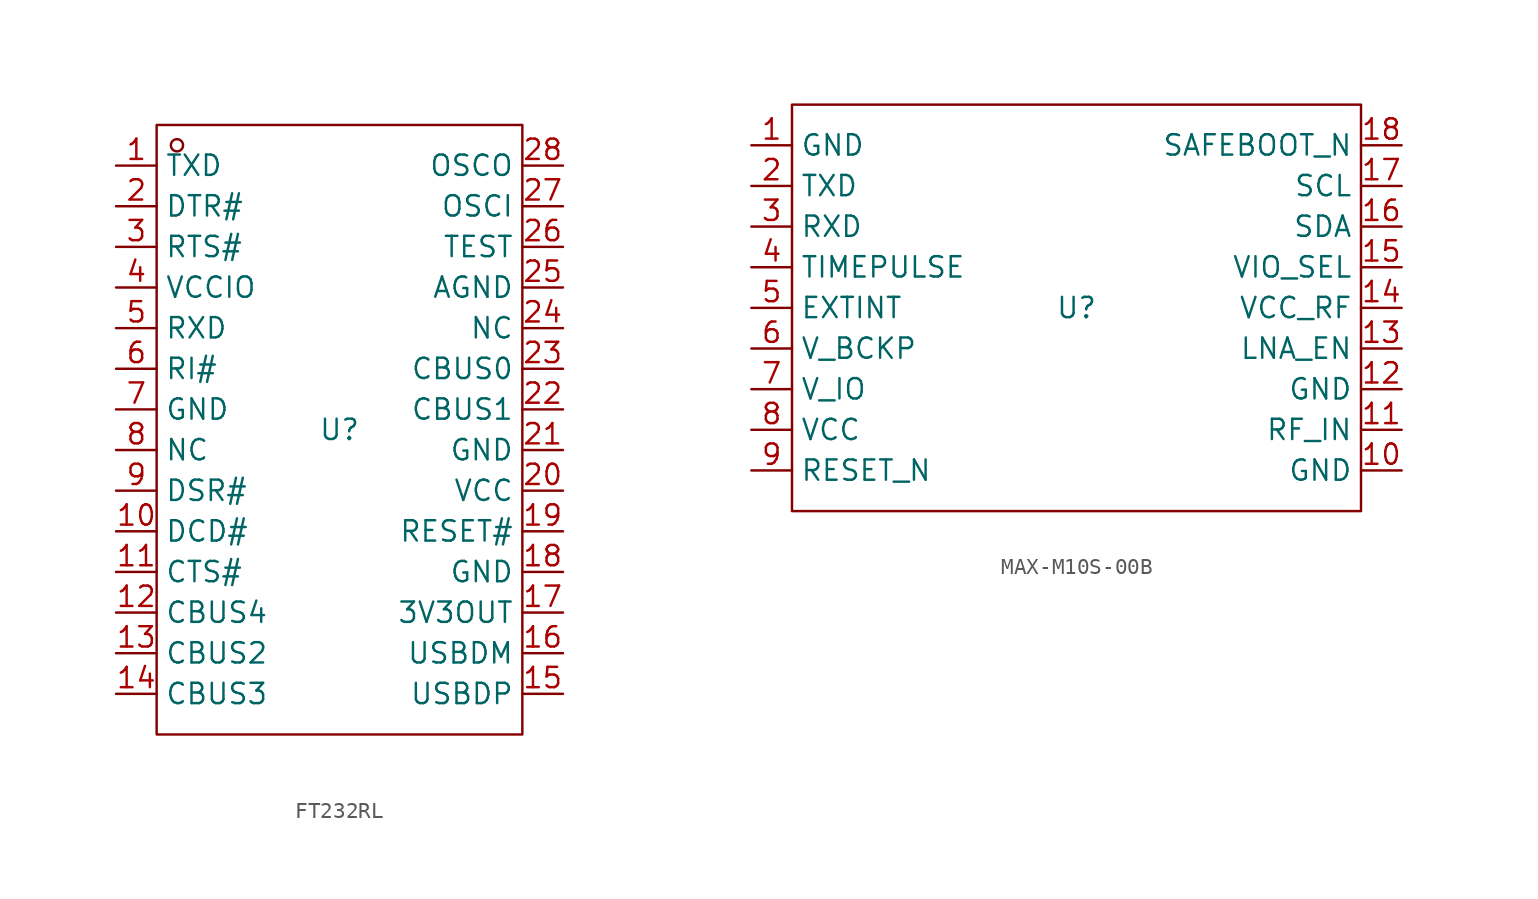
<source format=kicad_sym>
(kicad_symbol_lib
  (version 20241209)
  (generator "kicad_symbol_editor")
  (generator_version "9.0")
  (symbol "FT232RL"
    (property "Reference" "U"
      (at 0 0 0)
      (effects (font (size 1.27 1.27))))
    (property "Value" ""
      (at 0 0 0)
      (effects (font (size 1.27 1.27))))
    (symbol "FT232RL_1_0"
      (rectangle (start -11.43 -19.05) (end 11.43 19.05) (stroke (width 0) (type default)) (fill (type none)))
      (circle (center -10.16 17.78) (radius 0.381) (stroke (width 0) (type default)) (fill (type none)))
      (pin unspecified line (at -13.97 16.51 0) (length 2.54) (name "TXD" (effects (font (size 1.27 1.27)))) (number "1" (effects (font (size 1.27 1.27)))))
      (pin unspecified line (at -13.97 13.97 0) (length 2.54) (name "DTR#" (effects (font (size 1.27 1.27)))) (number "2" (effects (font (size 1.27 1.27)))))
      (pin unspecified line (at -13.97 11.43 0) (length 2.54) (name "RTS#" (effects (font (size 1.27 1.27)))) (number "3" (effects (font (size 1.27 1.27)))))
      (pin unspecified line (at -13.97 8.89 0) (length 2.54) (name "VCCIO" (effects (font (size 1.27 1.27)))) (number "4" (effects (font (size 1.27 1.27)))))
      (pin unspecified line (at -13.97 6.35 0) (length 2.54) (name "RXD" (effects (font (size 1.27 1.27)))) (number "5" (effects (font (size 1.27 1.27)))))
      (pin unspecified line (at -13.97 3.81 0) (length 2.54) (name "RI#" (effects (font (size 1.27 1.27)))) (number "6" (effects (font (size 1.27 1.27)))))
      (pin unspecified line (at -13.97 1.27 0) (length 2.54) (name "GND" (effects (font (size 1.27 1.27)))) (number "7" (effects (font (size 1.27 1.27)))))
      (pin unspecified line (at -13.97 -1.27 0) (length 2.54) (name "NC" (effects (font (size 1.27 1.27)))) (number "8" (effects (font (size 1.27 1.27)))))
      (pin unspecified line (at -13.97 -3.81 0) (length 2.54) (name "DSR#" (effects (font (size 1.27 1.27)))) (number "9" (effects (font (size 1.27 1.27)))))
      (pin unspecified line (at -13.97 -6.35 0) (length 2.54) (name "DCD#" (effects (font (size 1.27 1.27)))) (number "10" (effects (font (size 1.27 1.27)))))
      (pin unspecified line (at -13.97 -8.89 0) (length 2.54) (name "CTS#" (effects (font (size 1.27 1.27)))) (number "11" (effects (font (size 1.27 1.27)))))
      (pin unspecified line (at -13.97 -11.43 0) (length 2.54) (name "CBUS4" (effects (font (size 1.27 1.27)))) (number "12" (effects (font (size 1.27 1.27)))))
      (pin unspecified line (at -13.97 -13.97 0) (length 2.54) (name "CBUS2" (effects (font (size 1.27 1.27)))) (number "13" (effects (font (size 1.27 1.27)))))
      (pin unspecified line (at -13.97 -16.51 0) (length 2.54) (name "CBUS3" (effects (font (size 1.27 1.27)))) (number "14" (effects (font (size 1.27 1.27)))))
      (pin unspecified line (at 13.97 16.51 180) (length 2.54) (name "OSCO" (effects (font (size 1.27 1.27)))) (number "28" (effects (font (size 1.27 1.27)))))
      (pin unspecified line (at 13.97 13.97 180) (length 2.54) (name "OSCI" (effects (font (size 1.27 1.27)))) (number "27" (effects (font (size 1.27 1.27)))))
      (pin unspecified line (at 13.97 11.43 180) (length 2.54) (name "TEST" (effects (font (size 1.27 1.27)))) (number "26" (effects (font (size 1.27 1.27)))))
      (pin unspecified line (at 13.97 8.89 180) (length 2.54) (name "AGND" (effects (font (size 1.27 1.27)))) (number "25" (effects (font (size 1.27 1.27)))))
      (pin unspecified line (at 13.97 6.35 180) (length 2.54) (name "NC" (effects (font (size 1.27 1.27)))) (number "24" (effects (font (size 1.27 1.27)))))
      (pin unspecified line (at 13.97 3.81 180) (length 2.54) (name "CBUS0" (effects (font (size 1.27 1.27)))) (number "23" (effects (font (size 1.27 1.27)))))
      (pin unspecified line (at 13.97 1.27 180) (length 2.54) (name "CBUS1" (effects (font (size 1.27 1.27)))) (number "22" (effects (font (size 1.27 1.27)))))
      (pin unspecified line (at 13.97 -1.27 180) (length 2.54) (name "GND" (effects (font (size 1.27 1.27)))) (number "21" (effects (font (size 1.27 1.27)))))
      (pin unspecified line (at 13.97 -3.81 180) (length 2.54) (name "VCC" (effects (font (size 1.27 1.27)))) (number "20" (effects (font (size 1.27 1.27)))))
      (pin unspecified line (at 13.97 -6.35 180) (length 2.54) (name "RESET#" (effects (font (size 1.27 1.27)))) (number "19" (effects (font (size 1.27 1.27)))))
      (pin unspecified line (at 13.97 -8.89 180) (length 2.54) (name "GND" (effects (font (size 1.27 1.27)))) (number "18" (effects (font (size 1.27 1.27)))))
      (pin unspecified line (at 13.97 -11.43 180) (length 2.54) (name "3V3OUT" (effects (font (size 1.27 1.27)))) (number "17" (effects (font (size 1.27 1.27)))))
      (pin unspecified line (at 13.97 -13.97 180) (length 2.54) (name "USBDM" (effects (font (size 1.27 1.27)))) (number "16" (effects (font (size 1.27 1.27)))))
      (pin unspecified line (at 13.97 -16.51 180) (length 2.54) (name "USBDP" (effects (font (size 1.27 1.27)))) (number "15" (effects (font (size 1.27 1.27)))))))
  (symbol "MAX-M10S-00B"
    (property "Reference" "U"
      (at 0 0 0)
      (effects (font (size 1.27 1.27))))
    (property "Value" ""
      (at 0 0 0)
      (effects (font (size 1.27 1.27))))
    (symbol "MAX-M10S-00B_1_0"
      (rectangle (start -17.78 12.7) (end 17.78 -12.7) (stroke (width 0) (type default)) (fill (type none)))
      (pin unspecified line (at -20.32 10.16 0) (length 2.54) (name "GND" (effects (font (size 1.27 1.27)))) (number "1" (effects (font (size 1.27 1.27)))))
      (pin unspecified line (at -20.32 7.62 0) (length 2.54) (name "TXD" (effects (font (size 1.27 1.27)))) (number "2" (effects (font (size 1.27 1.27)))))
      (pin unspecified line (at -20.32 5.08 0) (length 2.54) (name "RXD" (effects (font (size 1.27 1.27)))) (number "3" (effects (font (size 1.27 1.27)))))
      (pin unspecified line (at -20.32 2.54 0) (length 2.54) (name "TIMEPULSE" (effects (font (size 1.27 1.27)))) (number "4" (effects (font (size 1.27 1.27)))))
      (pin unspecified line (at -20.32 0 0) (length 2.54) (name "EXTINT" (effects (font (size 1.27 1.27)))) (number "5" (effects (font (size 1.27 1.27)))))
      (pin unspecified line (at -20.32 -2.54 0) (length 2.54) (name "V_BCKP" (effects (font (size 1.27 1.27)))) (number "6" (effects (font (size 1.27 1.27)))))
      (pin unspecified line (at -20.32 -5.08 0) (length 2.54) (name "V_IO" (effects (font (size 1.27 1.27)))) (number "7" (effects (font (size 1.27 1.27)))))
      (pin unspecified line (at -20.32 -7.62 0) (length 2.54) (name "VCC" (effects (font (size 1.27 1.27)))) (number "8" (effects (font (size 1.27 1.27)))))
      (pin unspecified line (at -20.32 -10.16 0) (length 2.54) (name "RESET_N" (effects (font (size 1.27 1.27)))) (number "9" (effects (font (size 1.27 1.27)))))
      (pin unspecified line (at 20.32 10.16 180) (length 2.54) (name "SAFEBOOT_N" (effects (font (size 1.27 1.27)))) (number "18" (effects (font (size 1.27 1.27)))))
      (pin unspecified line (at 20.32 7.62 180) (length 2.54) (name "SCL" (effects (font (size 1.27 1.27)))) (number "17" (effects (font (size 1.27 1.27)))))
      (pin unspecified line (at 20.32 5.08 180) (length 2.54) (name "SDA" (effects (font (size 1.27 1.27)))) (number "16" (effects (font (size 1.27 1.27)))))
      (pin unspecified line (at 20.32 2.54 180) (length 2.54) (name "VIO_SEL" (effects (font (size 1.27 1.27)))) (number "15" (effects (font (size 1.27 1.27)))))
      (pin unspecified line (at 20.32 0 180) (length 2.54) (name "VCC_RF" (effects (font (size 1.27 1.27)))) (number "14" (effects (font (size 1.27 1.27)))))
      (pin unspecified line (at 20.32 -2.54 180) (length 2.54) (name "LNA_EN" (effects (font (size 1.27 1.27)))) (number "13" (effects (font (size 1.27 1.27)))))
      (pin unspecified line (at 20.32 -5.08 180) (length 2.54) (name "GND" (effects (font (size 1.27 1.27)))) (number "12" (effects (font (size 1.27 1.27)))))
      (pin unspecified line (at 20.32 -7.62 180) (length 2.54) (name "RF_IN" (effects (font (size 1.27 1.27)))) (number "11" (effects (font (size 1.27 1.27)))))
      (pin unspecified line (at 20.32 -10.16 180) (length 2.54) (name "GND" (effects (font (size 1.27 1.27)))) (number "10" (effects (font (size 1.27 1.27))))))))
</source>
